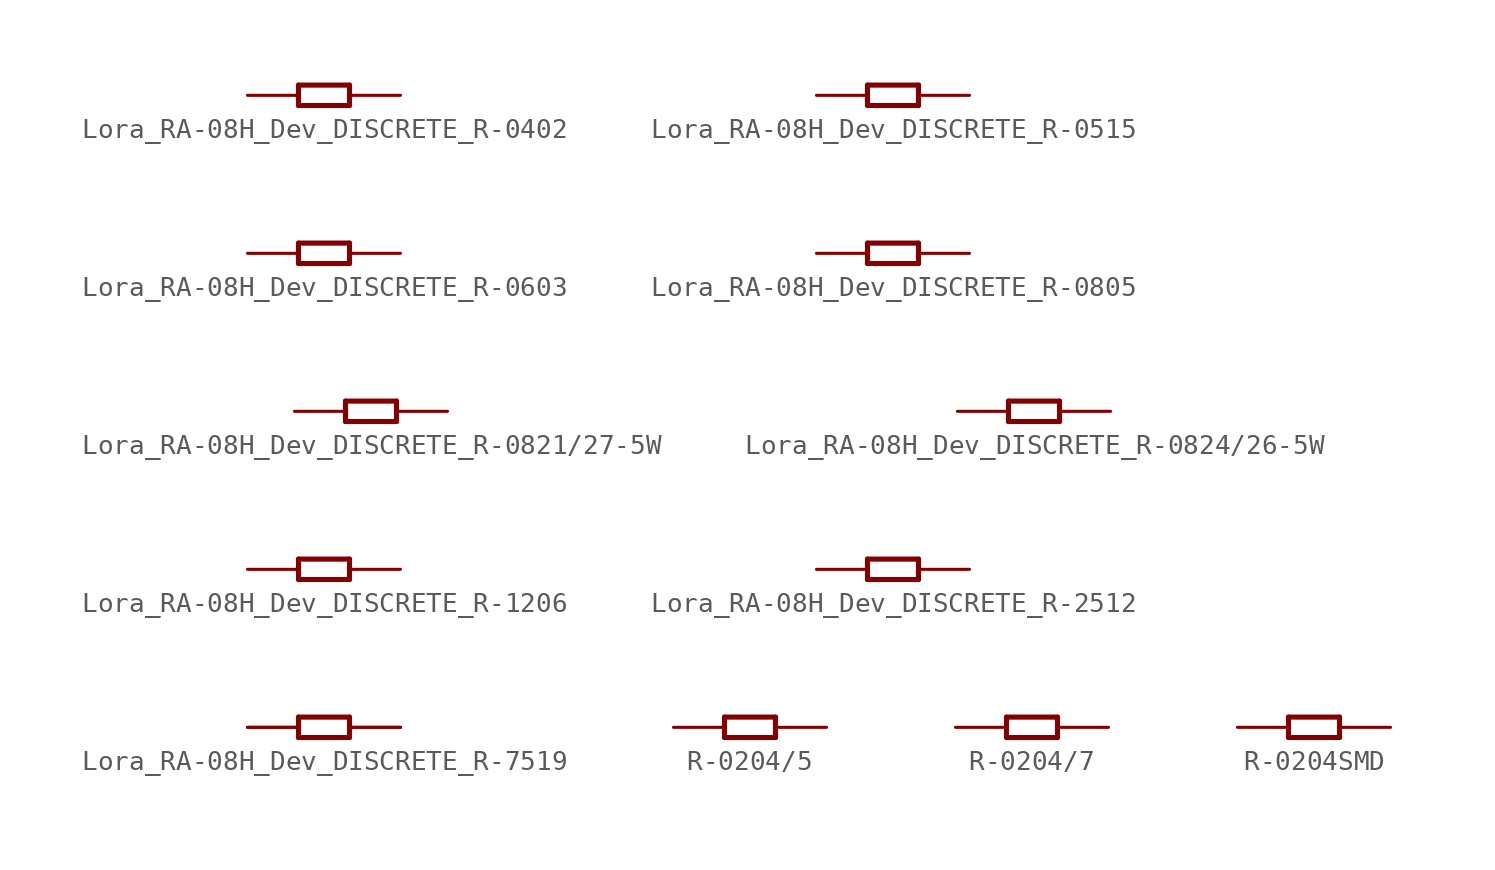
<source format=kicad_sym>
(kicad_symbol_lib
  (version 20231120)
  (generator "kicad_symbol_editor")
  (generator_version "8.0")
  (symbol "Lora_RA-08H_Dev_DISCRETE_R-0402"
    (property "Reference" "R"
      (at -3.81 0 0)
      (effects (font (size 1.27 1.079)) (justify left bottom) (hide yes)))
    (property "ki_locked" ""
      (at 0 0 0)
      (effects (font (size 1.27 1.27))))
    (symbol "Lora_RA-08H_Dev_DISCRETE_R-0402_1_0"
      (polyline (pts (xy -1.27 -0.508) (xy -1.27 0.508)) (stroke (width 0.254) (type solid)) (fill (type none)))
      (polyline (pts (xy -1.27 0.508) (xy 1.27 0.508)) (stroke (width 0.254) (type solid)) (fill (type none)))
      (polyline (pts (xy 1.27 -0.508) (xy -1.27 -0.508)) (stroke (width 0.254) (type solid)) (fill (type none)))
      (polyline (pts (xy 1.27 0.508) (xy 1.27 -0.508)) (stroke (width 0.254) (type solid)) (fill (type none)))
      (pin passive line (at -3.81 0 0) (length 2.54) (name "1" (effects (font (size 0 0)))) (number "1" (effects (font (size 0 0)))))
      (pin passive line (at 3.81 0 180) (length 2.54) (name "2" (effects (font (size 0 0)))) (number "2" (effects (font (size 0 0)))))))
  (symbol "Lora_RA-08H_Dev_DISCRETE_R-0515"
    (property "Reference" "R"
      (at -3.81 0 0)
      (effects (font (size 1.27 1.079)) (justify left bottom) (hide yes)))
    (property "ki_locked" ""
      (at 0 0 0)
      (effects (font (size 1.27 1.27))))
    (symbol "Lora_RA-08H_Dev_DISCRETE_R-0515_1_0"
      (polyline (pts (xy -1.27 -0.508) (xy -1.27 0.508)) (stroke (width 0.254) (type solid)) (fill (type none)))
      (polyline (pts (xy -1.27 0.508) (xy 1.27 0.508)) (stroke (width 0.254) (type solid)) (fill (type none)))
      (polyline (pts (xy 1.27 -0.508) (xy -1.27 -0.508)) (stroke (width 0.254) (type solid)) (fill (type none)))
      (polyline (pts (xy 1.27 0.508) (xy 1.27 -0.508)) (stroke (width 0.254) (type solid)) (fill (type none)))
      (pin passive line (at -3.81 0 0) (length 2.54) (name "1" (effects (font (size 0 0)))) (number "P$1" (effects (font (size 0 0)))))
      (pin passive line (at 3.81 0 180) (length 2.54) (name "2" (effects (font (size 0 0)))) (number "P$2" (effects (font (size 0 0)))))))
  (symbol "Lora_RA-08H_Dev_DISCRETE_R-0603"
    (property "Reference" "R"
      (at -3.81 0 0)
      (effects (font (size 1.27 1.079)) (justify left bottom) (hide yes)))
    (property "ki_locked" ""
      (at 0 0 0)
      (effects (font (size 1.27 1.27))))
    (symbol "Lora_RA-08H_Dev_DISCRETE_R-0603_1_0"
      (polyline (pts (xy -1.27 -0.508) (xy -1.27 0.508)) (stroke (width 0.254) (type solid)) (fill (type none)))
      (polyline (pts (xy -1.27 0.508) (xy 1.27 0.508)) (stroke (width 0.254) (type solid)) (fill (type none)))
      (polyline (pts (xy 1.27 -0.508) (xy -1.27 -0.508)) (stroke (width 0.254) (type solid)) (fill (type none)))
      (polyline (pts (xy 1.27 0.508) (xy 1.27 -0.508)) (stroke (width 0.254) (type solid)) (fill (type none)))
      (pin passive line (at -3.81 0 0) (length 2.54) (name "1" (effects (font (size 0 0)))) (number "1" (effects (font (size 0 0)))))
      (pin passive line (at 3.81 0 180) (length 2.54) (name "2" (effects (font (size 0 0)))) (number "2" (effects (font (size 0 0)))))))
  (symbol "Lora_RA-08H_Dev_DISCRETE_R-0805"
    (property "Reference" "R"
      (at -3.81 0 0)
      (effects (font (size 1.27 1.079)) (justify left bottom) (hide yes)))
    (property "ki_locked" ""
      (at 0 0 0)
      (effects (font (size 1.27 1.27))))
    (symbol "Lora_RA-08H_Dev_DISCRETE_R-0805_1_0"
      (polyline (pts (xy -1.27 -0.508) (xy -1.27 0.508)) (stroke (width 0.254) (type solid)) (fill (type none)))
      (polyline (pts (xy -1.27 0.508) (xy 1.27 0.508)) (stroke (width 0.254) (type solid)) (fill (type none)))
      (polyline (pts (xy 1.27 -0.508) (xy -1.27 -0.508)) (stroke (width 0.254) (type solid)) (fill (type none)))
      (polyline (pts (xy 1.27 0.508) (xy 1.27 -0.508)) (stroke (width 0.254) (type solid)) (fill (type none)))
      (pin passive line (at -3.81 0 0) (length 2.54) (name "1" (effects (font (size 0 0)))) (number "1" (effects (font (size 0 0)))))
      (pin passive line (at 3.81 0 180) (length 2.54) (name "2" (effects (font (size 0 0)))) (number "2" (effects (font (size 0 0)))))))
  (symbol "Lora_RA-08H_Dev_DISCRETE_R-0821/27-5W"
    (property "Reference" "R"
      (at -3.81 0 0)
      (effects (font (size 1.27 1.079)) (justify left bottom) (hide yes)))
    (property "ki_locked" ""
      (at 0 0 0)
      (effects (font (size 1.27 1.27))))
    (symbol "Lora_RA-08H_Dev_DISCRETE_R-0821/27-5W_1_0"
      (polyline (pts (xy -1.27 -0.508) (xy -1.27 0.508)) (stroke (width 0.254) (type solid)) (fill (type none)))
      (polyline (pts (xy -1.27 0.508) (xy 1.27 0.508)) (stroke (width 0.254) (type solid)) (fill (type none)))
      (polyline (pts (xy 1.27 -0.508) (xy -1.27 -0.508)) (stroke (width 0.254) (type solid)) (fill (type none)))
      (polyline (pts (xy 1.27 0.508) (xy 1.27 -0.508)) (stroke (width 0.254) (type solid)) (fill (type none)))
      (pin passive line (at -3.81 0 0) (length 2.54) (name "1" (effects (font (size 0 0)))) (number "P$1" (effects (font (size 0 0)))))
      (pin passive line (at 3.81 0 180) (length 2.54) (name "2" (effects (font (size 0 0)))) (number "P$2" (effects (font (size 0 0)))))))
  (symbol "Lora_RA-08H_Dev_DISCRETE_R-0824/26-5W"
    (property "Reference" "R"
      (at -3.81 0 0)
      (effects (font (size 1.27 1.079)) (justify left bottom) (hide yes)))
    (property "ki_locked" ""
      (at 0 0 0)
      (effects (font (size 1.27 1.27))))
    (symbol "Lora_RA-08H_Dev_DISCRETE_R-0824/26-5W_1_0"
      (polyline (pts (xy -1.27 -0.508) (xy -1.27 0.508)) (stroke (width 0.254) (type solid)) (fill (type none)))
      (polyline (pts (xy -1.27 0.508) (xy 1.27 0.508)) (stroke (width 0.254) (type solid)) (fill (type none)))
      (polyline (pts (xy 1.27 -0.508) (xy -1.27 -0.508)) (stroke (width 0.254) (type solid)) (fill (type none)))
      (polyline (pts (xy 1.27 0.508) (xy 1.27 -0.508)) (stroke (width 0.254) (type solid)) (fill (type none)))
      (pin passive line (at -3.81 0 0) (length 2.54) (name "1" (effects (font (size 0 0)))) (number "1" (effects (font (size 0 0)))))
      (pin passive line (at 3.81 0 180) (length 2.54) (name "2" (effects (font (size 0 0)))) (number "2" (effects (font (size 0 0)))))))
  (symbol "Lora_RA-08H_Dev_DISCRETE_R-1206"
    (property "Reference" "R"
      (at -3.81 0 0)
      (effects (font (size 1.27 1.079)) (justify left bottom) (hide yes)))
    (property "ki_locked" ""
      (at 0 0 0)
      (effects (font (size 1.27 1.27))))
    (symbol "Lora_RA-08H_Dev_DISCRETE_R-1206_1_0"
      (polyline (pts (xy -1.27 -0.508) (xy -1.27 0.508)) (stroke (width 0.254) (type solid)) (fill (type none)))
      (polyline (pts (xy -1.27 0.508) (xy 1.27 0.508)) (stroke (width 0.254) (type solid)) (fill (type none)))
      (polyline (pts (xy 1.27 -0.508) (xy -1.27 -0.508)) (stroke (width 0.254) (type solid)) (fill (type none)))
      (polyline (pts (xy 1.27 0.508) (xy 1.27 -0.508)) (stroke (width 0.254) (type solid)) (fill (type none)))
      (pin passive line (at -3.81 0 0) (length 2.54) (name "1" (effects (font (size 0 0)))) (number "1" (effects (font (size 0 0)))))
      (pin passive line (at 3.81 0 180) (length 2.54) (name "2" (effects (font (size 0 0)))) (number "2" (effects (font (size 0 0)))))))
  (symbol "Lora_RA-08H_Dev_DISCRETE_R-2512"
    (property "Reference" "R"
      (at -3.81 0 0)
      (effects (font (size 1.27 1.079)) (justify left bottom) (hide yes)))
    (property "ki_locked" ""
      (at 0 0 0)
      (effects (font (size 1.27 1.27))))
    (symbol "Lora_RA-08H_Dev_DISCRETE_R-2512_1_0"
      (polyline (pts (xy -1.27 -0.508) (xy -1.27 0.508)) (stroke (width 0.254) (type solid)) (fill (type none)))
      (polyline (pts (xy -1.27 0.508) (xy 1.27 0.508)) (stroke (width 0.254) (type solid)) (fill (type none)))
      (polyline (pts (xy 1.27 -0.508) (xy -1.27 -0.508)) (stroke (width 0.254) (type solid)) (fill (type none)))
      (polyline (pts (xy 1.27 0.508) (xy 1.27 -0.508)) (stroke (width 0.254) (type solid)) (fill (type none)))
      (pin passive line (at -3.81 0 0) (length 2.54) (name "1" (effects (font (size 0 0)))) (number "1" (effects (font (size 0 0)))))
      (pin passive line (at 3.81 0 180) (length 2.54) (name "2" (effects (font (size 0 0)))) (number "2" (effects (font (size 0 0)))))))
  (symbol "Lora_RA-08H_Dev_DISCRETE_R-7519"
    (property "Reference" "R"
      (at -3.81 0 0)
      (effects (font (size 1.27 1.079)) (justify left bottom) (hide yes)))
    (property "ki_locked" ""
      (at 0 0 0)
      (effects (font (size 1.27 1.27))))
    (symbol "Lora_RA-08H_Dev_DISCRETE_R-7519_1_0"
      (polyline (pts (xy -1.27 -0.508) (xy -1.27 0.508)) (stroke (width 0.254) (type solid)) (fill (type none)))
      (polyline (pts (xy -1.27 0.508) (xy 1.27 0.508)) (stroke (width 0.254) (type solid)) (fill (type none)))
      (polyline (pts (xy 1.27 -0.508) (xy -1.27 -0.508)) (stroke (width 0.254) (type solid)) (fill (type none)))
      (polyline (pts (xy 1.27 0.508) (xy 1.27 -0.508)) (stroke (width 0.254) (type solid)) (fill (type none)))
      (pin passive line (at -3.81 0 0) (length 2.54) (name "1" (effects (font (size 0 0)))) (number "1" (effects (font (size 0 0)))))
      (pin passive line (at -3.81 0 0) (length 2.54) (name "1" (effects (font (size 0 0)))) (number "2" (effects (font (size 0 0)))))
      (pin passive line (at 3.81 0 180) (length 2.54) (name "2" (effects (font (size 0 0)))) (number "3" (effects (font (size 0 0)))))
      (pin passive line (at 3.81 0 180) (length 2.54) (name "2" (effects (font (size 0 0)))) (number "4" (effects (font (size 0 0)))))))
  (symbol "R-0204/5"
    (property "Reference" "R"
      (at -3.81 0 0)
      (effects (font (size 1.27 1.079)) (justify left bottom) (hide yes)))
    (property "ki_locked" ""
      (at 0 0 0)
      (effects (font (size 1.27 1.27))))
    (symbol "R-0204/5_1_0"
      (polyline (pts (xy -1.27 -0.508) (xy -1.27 0.508)) (stroke (width 0.254) (type solid)) (fill (type none)))
      (polyline (pts (xy -1.27 0.508) (xy 1.27 0.508)) (stroke (width 0.254) (type solid)) (fill (type none)))
      (polyline (pts (xy 1.27 -0.508) (xy -1.27 -0.508)) (stroke (width 0.254) (type solid)) (fill (type none)))
      (polyline (pts (xy 1.27 0.508) (xy 1.27 -0.508)) (stroke (width 0.254) (type solid)) (fill (type none)))
      (pin passive line (at -3.81 0 0) (length 2.54) (name "1" (effects (font (size 0 0)))) (number "1" (effects (font (size 0 0)))))
      (pin passive line (at 3.81 0 180) (length 2.54) (name "2" (effects (font (size 0 0)))) (number "2" (effects (font (size 0 0)))))))
  (symbol "R-0204/7"
    (property "Reference" "R"
      (at -3.81 0 0)
      (effects (font (size 1.27 1.079)) (justify left bottom) (hide yes)))
    (property "ki_locked" ""
      (at 0 0 0)
      (effects (font (size 1.27 1.27))))
    (symbol "R-0204/7_1_0"
      (polyline (pts (xy -1.27 -0.508) (xy -1.27 0.508)) (stroke (width 0.254) (type solid)) (fill (type none)))
      (polyline (pts (xy -1.27 0.508) (xy 1.27 0.508)) (stroke (width 0.254) (type solid)) (fill (type none)))
      (polyline (pts (xy 1.27 -0.508) (xy -1.27 -0.508)) (stroke (width 0.254) (type solid)) (fill (type none)))
      (polyline (pts (xy 1.27 0.508) (xy 1.27 -0.508)) (stroke (width 0.254) (type solid)) (fill (type none)))
      (pin passive line (at -3.81 0 0) (length 2.54) (name "1" (effects (font (size 0 0)))) (number "1" (effects (font (size 0 0)))))
      (pin passive line (at 3.81 0 180) (length 2.54) (name "2" (effects (font (size 0 0)))) (number "2" (effects (font (size 0 0)))))))
  (symbol "R-0204SMD"
    (property "Reference" "R"
      (at -3.81 0 0)
      (effects (font (size 1.27 1.079)) (justify left bottom) (hide yes)))
    (property "ki_locked" ""
      (at 0 0 0)
      (effects (font (size 1.27 1.27))))
    (symbol "R-0204SMD_1_0"
      (polyline (pts (xy -1.27 -0.508) (xy -1.27 0.508)) (stroke (width 0.254) (type solid)) (fill (type none)))
      (polyline (pts (xy -1.27 0.508) (xy 1.27 0.508)) (stroke (width 0.254) (type solid)) (fill (type none)))
      (polyline (pts (xy 1.27 -0.508) (xy -1.27 -0.508)) (stroke (width 0.254) (type solid)) (fill (type none)))
      (polyline (pts (xy 1.27 0.508) (xy 1.27 -0.508)) (stroke (width 0.254) (type solid)) (fill (type none)))
      (pin passive line (at -3.81 0 0) (length 2.54) (name "1" (effects (font (size 0 0)))) (number "1" (effects (font (size 0 0)))))
      (pin passive line (at 3.81 0 180) (length 2.54) (name "2" (effects (font (size 0 0)))) (number "2" (effects (font (size 0 0))))))))
</source>
